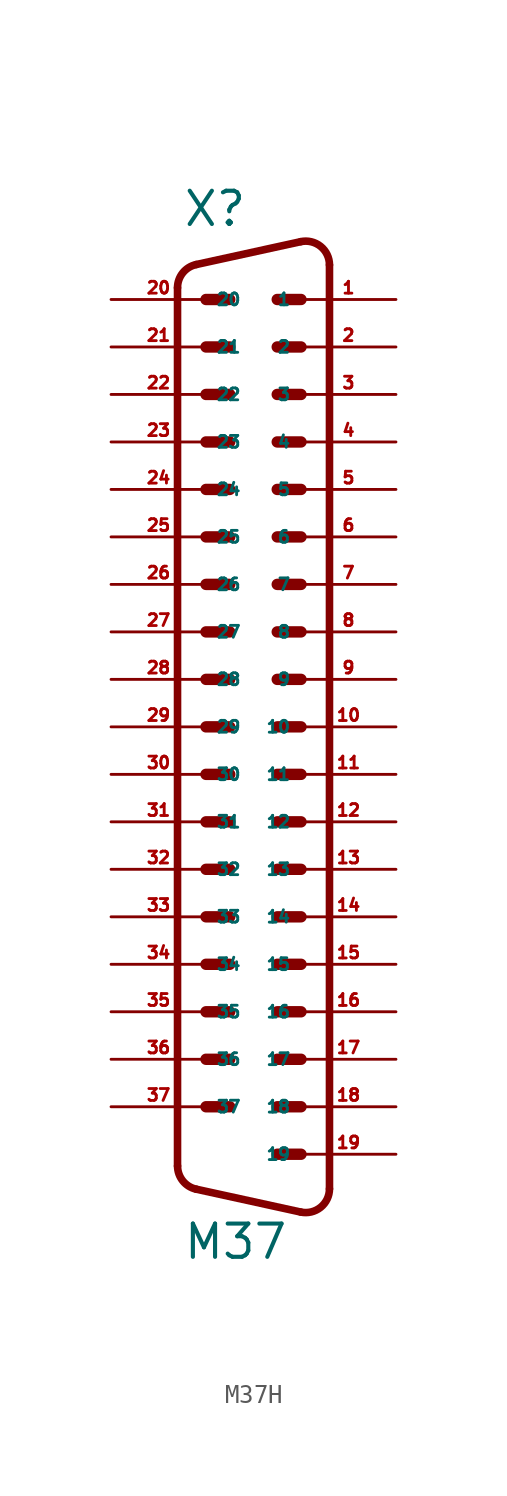
<source format=kicad_sym>
(kicad_symbol_lib
  (version 20220914)
  (generator Eagle2Kicad)
  (symbol "M37H"
    (property "Reference" "X"
      (at -3.81 24.13 0)
      (effects (font (size 1.778 1.778) (thickness 0.22)) (justify left bottom)))
    (property "Value" "M37"
      (at -3.81 -31.115 0)
      (effects (font (size 1.778 1.778) (thickness 0.22)) (justify left bottom)))
    (polyline
      (pts (xy 1.27 20.32) (xy 2.54 20.32))
      (stroke (width 0.61) (type default))
      (fill (type none)))
    (polyline
      (pts (xy -2.54 20.32) (xy -1.27 20.32))
      (stroke (width 0.61) (type default))
      (fill (type none)))
    (polyline
      (pts (xy 1.27 15.24) (xy 2.54 15.24))
      (stroke (width 0.61) (type default))
      (fill (type none)))
    (polyline
      (pts (xy -2.54 17.78) (xy -1.27 17.78))
      (stroke (width 0.61) (type default))
      (fill (type none)))
    (polyline
      (pts (xy 1.27 10.16) (xy 2.54 10.16))
      (stroke (width 0.61) (type default))
      (fill (type none)))
    (polyline
      (pts (xy -2.54 15.24) (xy -1.27 15.24))
      (stroke (width 0.61) (type default))
      (fill (type none)))
    (polyline
      (pts (xy 1.27 5.08) (xy 2.54 5.08))
      (stroke (width 0.61) (type default))
      (fill (type none)))
    (polyline
      (pts (xy -2.54 12.7) (xy -1.27 12.7))
      (stroke (width 0.61) (type default))
      (fill (type none)))
    (polyline
      (pts (xy 1.27 0) (xy 2.54 0))
      (stroke (width 0.61) (type default))
      (fill (type none)))
    (polyline
      (pts (xy -2.54 10.16) (xy -1.27 10.16))
      (stroke (width 0.61) (type default))
      (fill (type none)))
    (polyline
      (pts (xy 1.27 -5.08) (xy 2.54 -5.08))
      (stroke (width 0.61) (type default))
      (fill (type none)))
    (polyline
      (pts (xy -2.54 7.62) (xy -1.27 7.62))
      (stroke (width 0.61) (type default))
      (fill (type none)))
    (polyline
      (pts (xy 1.27 -10.16) (xy 2.54 -10.16))
      (stroke (width 0.61) (type default))
      (fill (type none)))
    (polyline
      (pts (xy -2.54 5.08) (xy -1.27 5.08))
      (stroke (width 0.61) (type default))
      (fill (type none)))
    (polyline
      (pts (xy 1.27 -15.24) (xy 2.54 -15.24))
      (stroke (width 0.61) (type default))
      (fill (type none)))
    (polyline
      (pts (xy -2.54 2.54) (xy -1.27 2.54))
      (stroke (width 0.61) (type default))
      (fill (type none)))
    (polyline
      (pts (xy 1.27 -20.32) (xy 2.54 -20.32))
      (stroke (width 0.61) (type default))
      (fill (type none)))
    (polyline
      (pts (xy -2.54 0) (xy -1.27 0))
      (stroke (width 0.61) (type default))
      (fill (type none)))
    (polyline
      (pts (xy 1.27 -25.4) (xy 2.54 -25.4))
      (stroke (width 0.61) (type default))
      (fill (type none)))
    (polyline
      (pts (xy -2.54 -2.54) (xy -1.27 -2.54))
      (stroke (width 0.61) (type default))
      (fill (type none)))
    (polyline
      (pts (xy 1.27 17.78) (xy 2.54 17.78))
      (stroke (width 0.61) (type default))
      (fill (type none)))
    (polyline
      (pts (xy -2.54 -5.08) (xy -1.27 -5.08))
      (stroke (width 0.61) (type default))
      (fill (type none)))
    (polyline
      (pts (xy 1.27 12.7) (xy 2.54 12.7))
      (stroke (width 0.61) (type default))
      (fill (type none)))
    (polyline
      (pts (xy -2.54 -7.62) (xy -1.27 -7.62))
      (stroke (width 0.61) (type default))
      (fill (type none)))
    (polyline
      (pts (xy 1.27 7.62) (xy 2.54 7.62))
      (stroke (width 0.61) (type default))
      (fill (type none)))
    (polyline
      (pts (xy -2.54 -10.16) (xy -1.27 -10.16))
      (stroke (width 0.61) (type default))
      (fill (type none)))
    (polyline
      (pts (xy 1.27 2.54) (xy 2.54 2.54))
      (stroke (width 0.61) (type default))
      (fill (type none)))
    (polyline
      (pts (xy -2.54 -12.7) (xy -1.27 -12.7))
      (stroke (width 0.61) (type default))
      (fill (type none)))
    (polyline
      (pts (xy 1.27 -2.54) (xy 2.54 -2.54))
      (stroke (width 0.61) (type default))
      (fill (type none)))
    (polyline
      (pts (xy -2.54 -15.24) (xy -1.27 -15.24))
      (stroke (width 0.61) (type default))
      (fill (type none)))
    (polyline
      (pts (xy 1.27 -7.62) (xy 2.54 -7.62))
      (stroke (width 0.61) (type default))
      (fill (type none)))
    (polyline
      (pts (xy -2.54 -17.78) (xy -1.27 -17.78))
      (stroke (width 0.61) (type default))
      (fill (type none)))
    (polyline
      (pts (xy 1.27 -12.7) (xy 2.54 -12.7))
      (stroke (width 0.61) (type default))
      (fill (type none)))
    (polyline
      (pts (xy -2.54 -20.32) (xy -1.27 -20.32))
      (stroke (width 0.61) (type default))
      (fill (type none)))
    (polyline
      (pts (xy 1.27 -17.78) (xy 2.54 -17.78))
      (stroke (width 0.61) (type default))
      (fill (type none)))
    (polyline
      (pts (xy -2.54 -22.86) (xy -1.27 -22.86))
      (stroke (width 0.61) (type default))
      (fill (type none)))
    (polyline
      (pts (xy 1.27 -22.86) (xy 2.54 -22.86))
      (stroke (width 0.61) (type default))
      (fill (type none)))
    (arc
      (start 2.5226 -28.4918)
      (mid 3.590 -28.240)
      (end 4.0637 -27.2512)
      (stroke (width 0.4064) (type default))
      (fill (type none)))
    (polyline
      (pts (xy 2.523 -28.492) (xy -3.065 -27.269))
      (stroke (width 0.406) (type default))
      (fill (type none)))
    (arc
      (start -4.064 -26.0288)
      (mid -3.783 -26.825)
      (end -3.0654 -27.2694)
      (stroke (width 0.4064) (type default))
      (fill (type none)))
    (polyline
      (pts (xy -4.064 20.949) (xy -4.064 -26.029))
      (stroke (width 0.406) (type default))
      (fill (type none)))
    (arc
      (start -3.0654 22.1894)
      (mid -3.783 21.745)
      (end -4.064 20.9488)
      (stroke (width 0.4064) (type default))
      (fill (type none)))
    (polyline
      (pts (xy 4.064 22.171) (xy 4.064 -27.251))
      (stroke (width 0.406) (type default))
      (fill (type none)))
    (polyline
      (pts (xy 2.523 23.412) (xy -3.065 22.189))
      (stroke (width 0.406) (type default))
      (fill (type none)))
    (arc
      (start 4.064 22.1712)
      (mid 3.590 23.161)
      (end 2.5226 23.4119)
      (stroke (width 0.4064) (type default))
      (fill (type none)))
    (pin passive line
      (at 7.62 20.32 180)
      (length 5.08)
      (name "1" (effects (font (size 0.635 0.635) (thickness 0.08)) (justify left bottom)))
      (number "1" (effects (font (size 0.635 0.635) (thickness 0.08)) (justify left bottom))))
    (pin passive line
      (at -7.62 20.32 0)
      (length 5.08)
      (name "20" (effects (font (size 0.635 0.635) (thickness 0.08)) (justify left bottom)))
      (number "20" (effects (font (size 0.635 0.635) (thickness 0.08)) (justify left bottom))))
    (pin passive line
      (at 7.62 17.78 180)
      (length 5.08)
      (name "2" (effects (font (size 0.635 0.635) (thickness 0.08)) (justify left bottom)))
      (number "2" (effects (font (size 0.635 0.635) (thickness 0.08)) (justify left bottom))))
    (pin passive line
      (at -7.62 17.78 0)
      (length 5.08)
      (name "21" (effects (font (size 0.635 0.635) (thickness 0.08)) (justify left bottom)))
      (number "21" (effects (font (size 0.635 0.635) (thickness 0.08)) (justify left bottom))))
    (pin passive line
      (at 7.62 15.24 180)
      (length 5.08)
      (name "3" (effects (font (size 0.635 0.635) (thickness 0.08)) (justify left bottom)))
      (number "3" (effects (font (size 0.635 0.635) (thickness 0.08)) (justify left bottom))))
    (pin passive line
      (at -7.62 15.24 0)
      (length 5.08)
      (name "22" (effects (font (size 0.635 0.635) (thickness 0.08)) (justify left bottom)))
      (number "22" (effects (font (size 0.635 0.635) (thickness 0.08)) (justify left bottom))))
    (pin passive line
      (at 7.62 12.7 180)
      (length 5.08)
      (name "4" (effects (font (size 0.635 0.635) (thickness 0.08)) (justify left bottom)))
      (number "4" (effects (font (size 0.635 0.635) (thickness 0.08)) (justify left bottom))))
    (pin passive line
      (at -7.62 12.7 0)
      (length 5.08)
      (name "23" (effects (font (size 0.635 0.635) (thickness 0.08)) (justify left bottom)))
      (number "23" (effects (font (size 0.635 0.635) (thickness 0.08)) (justify left bottom))))
    (pin passive line
      (at 7.62 10.16 180)
      (length 5.08)
      (name "5" (effects (font (size 0.635 0.635) (thickness 0.08)) (justify left bottom)))
      (number "5" (effects (font (size 0.635 0.635) (thickness 0.08)) (justify left bottom))))
    (pin passive line
      (at -7.62 10.16 0)
      (length 5.08)
      (name "24" (effects (font (size 0.635 0.635) (thickness 0.08)) (justify left bottom)))
      (number "24" (effects (font (size 0.635 0.635) (thickness 0.08)) (justify left bottom))))
    (pin passive line
      (at 7.62 7.62 180)
      (length 5.08)
      (name "6" (effects (font (size 0.635 0.635) (thickness 0.08)) (justify left bottom)))
      (number "6" (effects (font (size 0.635 0.635) (thickness 0.08)) (justify left bottom))))
    (pin passive line
      (at -7.62 7.62 0)
      (length 5.08)
      (name "25" (effects (font (size 0.635 0.635) (thickness 0.08)) (justify left bottom)))
      (number "25" (effects (font (size 0.635 0.635) (thickness 0.08)) (justify left bottom))))
    (pin passive line
      (at 7.62 5.08 180)
      (length 5.08)
      (name "7" (effects (font (size 0.635 0.635) (thickness 0.08)) (justify left bottom)))
      (number "7" (effects (font (size 0.635 0.635) (thickness 0.08)) (justify left bottom))))
    (pin passive line
      (at -7.62 5.08 0)
      (length 5.08)
      (name "26" (effects (font (size 0.635 0.635) (thickness 0.08)) (justify left bottom)))
      (number "26" (effects (font (size 0.635 0.635) (thickness 0.08)) (justify left bottom))))
    (pin passive line
      (at 7.62 2.54 180)
      (length 5.08)
      (name "8" (effects (font (size 0.635 0.635) (thickness 0.08)) (justify left bottom)))
      (number "8" (effects (font (size 0.635 0.635) (thickness 0.08)) (justify left bottom))))
    (pin passive line
      (at -7.62 2.54 0)
      (length 5.08)
      (name "27" (effects (font (size 0.635 0.635) (thickness 0.08)) (justify left bottom)))
      (number "27" (effects (font (size 0.635 0.635) (thickness 0.08)) (justify left bottom))))
    (pin passive line
      (at 7.62 0 180)
      (length 5.08)
      (name "9" (effects (font (size 0.635 0.635) (thickness 0.08)) (justify left bottom)))
      (number "9" (effects (font (size 0.635 0.635) (thickness 0.08)) (justify left bottom))))
    (pin passive line
      (at -7.62 0 0)
      (length 5.08)
      (name "28" (effects (font (size 0.635 0.635) (thickness 0.08)) (justify left bottom)))
      (number "28" (effects (font (size 0.635 0.635) (thickness 0.08)) (justify left bottom))))
    (pin passive line
      (at 7.62 -2.54 180)
      (length 5.08)
      (name "10" (effects (font (size 0.635 0.635) (thickness 0.08)) (justify left bottom)))
      (number "10" (effects (font (size 0.635 0.635) (thickness 0.08)) (justify left bottom))))
    (pin passive line
      (at -7.62 -2.54 0)
      (length 5.08)
      (name "29" (effects (font (size 0.635 0.635) (thickness 0.08)) (justify left bottom)))
      (number "29" (effects (font (size 0.635 0.635) (thickness 0.08)) (justify left bottom))))
    (pin passive line
      (at 7.62 -5.08 180)
      (length 5.08)
      (name "11" (effects (font (size 0.635 0.635) (thickness 0.08)) (justify left bottom)))
      (number "11" (effects (font (size 0.635 0.635) (thickness 0.08)) (justify left bottom))))
    (pin passive line
      (at -7.62 -5.08 0)
      (length 5.08)
      (name "30" (effects (font (size 0.635 0.635) (thickness 0.08)) (justify left bottom)))
      (number "30" (effects (font (size 0.635 0.635) (thickness 0.08)) (justify left bottom))))
    (pin passive line
      (at 7.62 -7.62 180)
      (length 5.08)
      (name "12" (effects (font (size 0.635 0.635) (thickness 0.08)) (justify left bottom)))
      (number "12" (effects (font (size 0.635 0.635) (thickness 0.08)) (justify left bottom))))
    (pin passive line
      (at -7.62 -7.62 0)
      (length 5.08)
      (name "31" (effects (font (size 0.635 0.635) (thickness 0.08)) (justify left bottom)))
      (number "31" (effects (font (size 0.635 0.635) (thickness 0.08)) (justify left bottom))))
    (pin passive line
      (at 7.62 -10.16 180)
      (length 5.08)
      (name "13" (effects (font (size 0.635 0.635) (thickness 0.08)) (justify left bottom)))
      (number "13" (effects (font (size 0.635 0.635) (thickness 0.08)) (justify left bottom))))
    (pin passive line
      (at -7.62 -10.16 0)
      (length 5.08)
      (name "32" (effects (font (size 0.635 0.635) (thickness 0.08)) (justify left bottom)))
      (number "32" (effects (font (size 0.635 0.635) (thickness 0.08)) (justify left bottom))))
    (pin passive line
      (at 7.62 -12.7 180)
      (length 5.08)
      (name "14" (effects (font (size 0.635 0.635) (thickness 0.08)) (justify left bottom)))
      (number "14" (effects (font (size 0.635 0.635) (thickness 0.08)) (justify left bottom))))
    (pin passive line
      (at -7.62 -12.7 0)
      (length 5.08)
      (name "33" (effects (font (size 0.635 0.635) (thickness 0.08)) (justify left bottom)))
      (number "33" (effects (font (size 0.635 0.635) (thickness 0.08)) (justify left bottom))))
    (pin passive line
      (at 7.62 -15.24 180)
      (length 5.08)
      (name "15" (effects (font (size 0.635 0.635) (thickness 0.08)) (justify left bottom)))
      (number "15" (effects (font (size 0.635 0.635) (thickness 0.08)) (justify left bottom))))
    (pin passive line
      (at -7.62 -15.24 0)
      (length 5.08)
      (name "34" (effects (font (size 0.635 0.635) (thickness 0.08)) (justify left bottom)))
      (number "34" (effects (font (size 0.635 0.635) (thickness 0.08)) (justify left bottom))))
    (pin passive line
      (at 7.62 -17.78 180)
      (length 5.08)
      (name "16" (effects (font (size 0.635 0.635) (thickness 0.08)) (justify left bottom)))
      (number "16" (effects (font (size 0.635 0.635) (thickness 0.08)) (justify left bottom))))
    (pin passive line
      (at -7.62 -17.78 0)
      (length 5.08)
      (name "35" (effects (font (size 0.635 0.635) (thickness 0.08)) (justify left bottom)))
      (number "35" (effects (font (size 0.635 0.635) (thickness 0.08)) (justify left bottom))))
    (pin passive line
      (at 7.62 -20.32 180)
      (length 5.08)
      (name "17" (effects (font (size 0.635 0.635) (thickness 0.08)) (justify left bottom)))
      (number "17" (effects (font (size 0.635 0.635) (thickness 0.08)) (justify left bottom))))
    (pin passive line
      (at -7.62 -20.32 0)
      (length 5.08)
      (name "36" (effects (font (size 0.635 0.635) (thickness 0.08)) (justify left bottom)))
      (number "36" (effects (font (size 0.635 0.635) (thickness 0.08)) (justify left bottom))))
    (pin passive line
      (at 7.62 -22.86 180)
      (length 5.08)
      (name "18" (effects (font (size 0.635 0.635) (thickness 0.08)) (justify left bottom)))
      (number "18" (effects (font (size 0.635 0.635) (thickness 0.08)) (justify left bottom))))
    (pin passive line
      (at -7.62 -22.86 0)
      (length 5.08)
      (name "37" (effects (font (size 0.635 0.635) (thickness 0.08)) (justify left bottom)))
      (number "37" (effects (font (size 0.635 0.635) (thickness 0.08)) (justify left bottom))))
    (pin passive line
      (at 7.62 -25.4 180)
      (length 5.08)
      (name "19" (effects (font (size 0.635 0.635) (thickness 0.08)) (justify left bottom)))
      (number "19" (effects (font (size 0.635 0.635) (thickness 0.08)) (justify left bottom))))))
</source>
